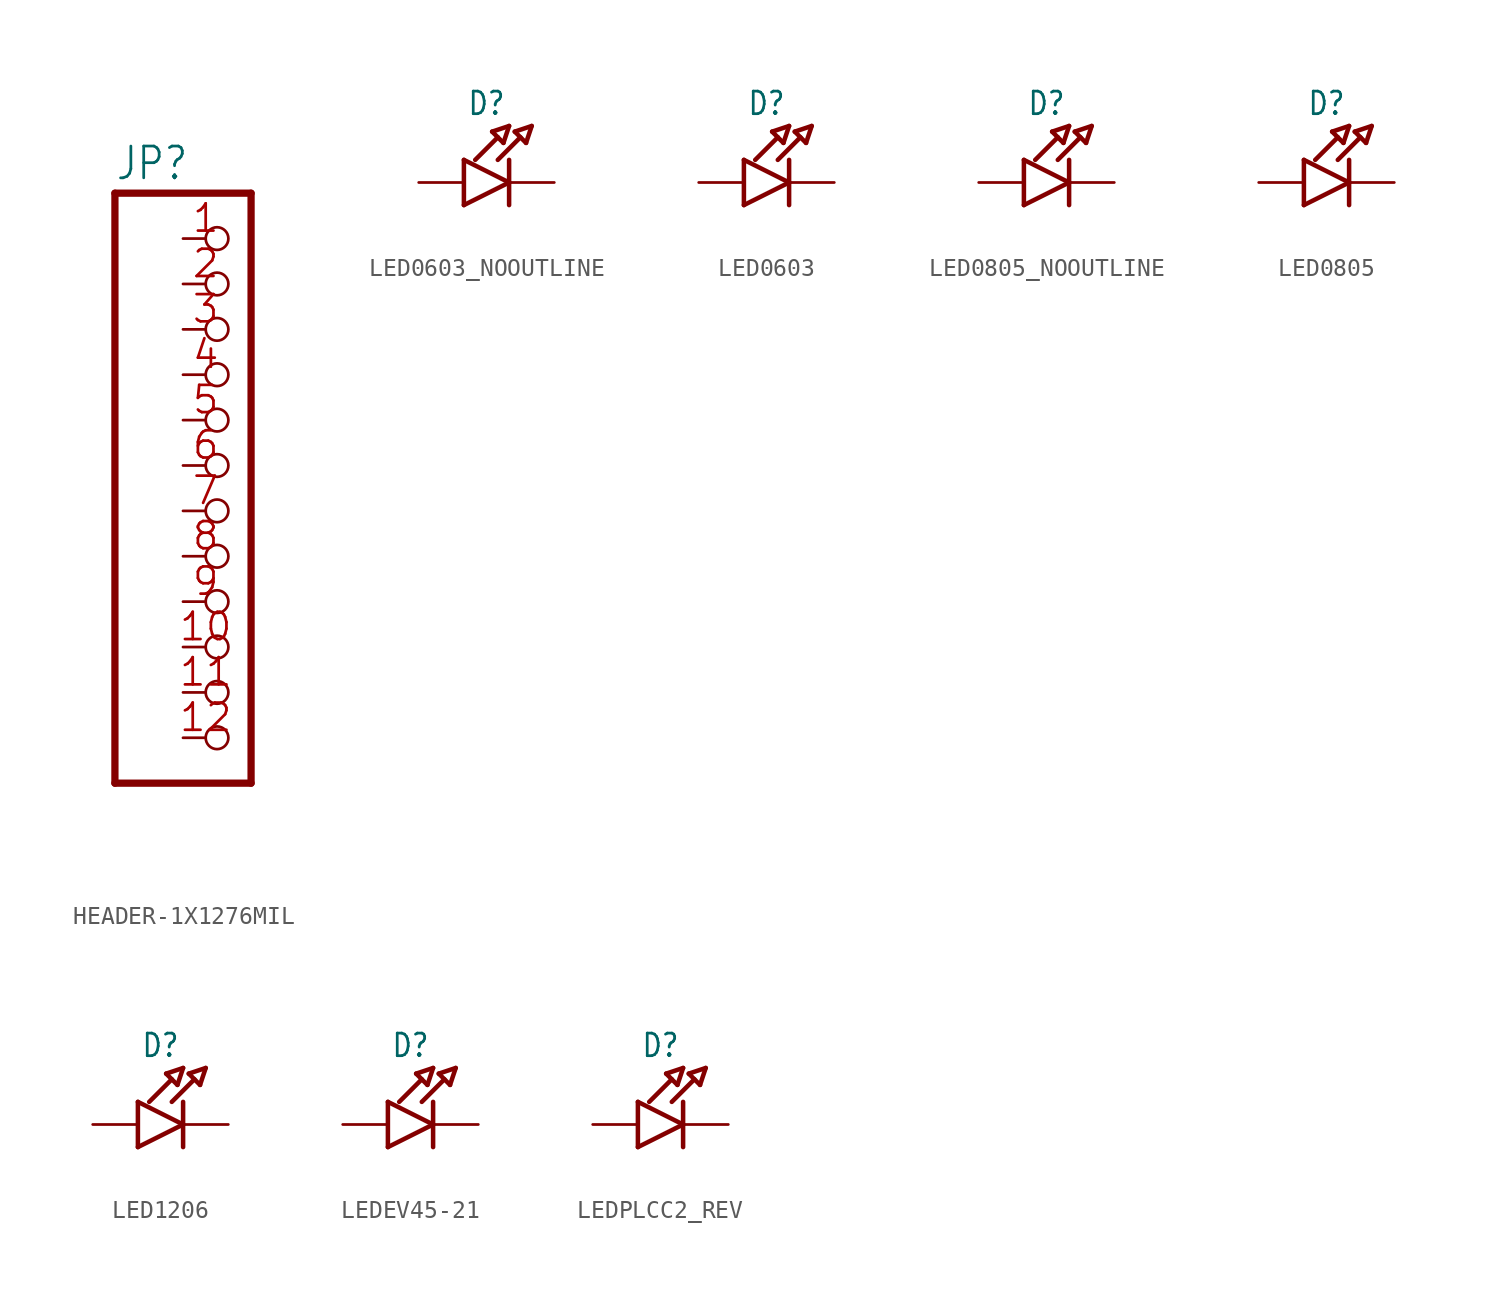
<source format=kicad_sym>
(kicad_symbol_lib
  (version 20241209)
  (generator "kicad_symbol_editor")
  (generator_version "9.0")
  (symbol "HEADER-1X1276MIL"
    (property "Reference" "JP"
      (at -6.35 18.415 0)
      (effects (font (size 1.778 1.511)) (justify left bottom)))
    (property "Value" ""
      (at -6.35 -17.78 0)
      (effects (font (size 1.778 1.511)) (justify left bottom)))
    (property "ki_locked" ""
      (at 0 0 0)
      (effects (font (size 1.27 1.27))))
    (symbol "HEADER-1X1276MIL_1_0"
      (polyline (pts (xy -6.35 17.78) (xy -6.35 -15.24)) (stroke (width 0.406) (type solid)) (fill (type none)))
      (polyline (pts (xy -6.35 -15.24) (xy 1.27 -15.24)) (stroke (width 0.406) (type solid)) (fill (type none)))
      (polyline (pts (xy 1.27 17.78) (xy -6.35 17.78)) (stroke (width 0.406) (type solid)) (fill (type none)))
      (polyline (pts (xy 1.27 -15.24) (xy 1.27 17.78)) (stroke (width 0.406) (type solid)) (fill (type none)))
      (pin passive inverted (at -2.54 15.24 0) (length 2.54) (name "1" (effects (font (size 0 0)))) (number "1" (effects (font (size 1.524 1.524)))))
      (pin passive inverted (at -2.54 12.7 0) (length 2.54) (name "2" (effects (font (size 0 0)))) (number "2" (effects (font (size 1.524 1.524)))))
      (pin passive inverted (at -2.54 10.16 0) (length 2.54) (name "3" (effects (font (size 0 0)))) (number "3" (effects (font (size 1.524 1.524)))))
      (pin passive inverted (at -2.54 7.62 0) (length 2.54) (name "4" (effects (font (size 0 0)))) (number "4" (effects (font (size 1.524 1.524)))))
      (pin passive inverted (at -2.54 5.08 0) (length 2.54) (name "5" (effects (font (size 0 0)))) (number "5" (effects (font (size 1.524 1.524)))))
      (pin passive inverted (at -2.54 2.54 0) (length 2.54) (name "6" (effects (font (size 0 0)))) (number "6" (effects (font (size 1.524 1.524)))))
      (pin passive inverted (at -2.54 0 0) (length 2.54) (name "7" (effects (font (size 0 0)))) (number "7" (effects (font (size 1.524 1.524)))))
      (pin passive inverted (at -2.54 -2.54 0) (length 2.54) (name "8" (effects (font (size 0 0)))) (number "8" (effects (font (size 1.524 1.524)))))
      (pin passive inverted (at -2.54 -5.08 0) (length 2.54) (name "9" (effects (font (size 0 0)))) (number "9" (effects (font (size 1.524 1.524)))))
      (pin passive inverted (at -2.54 -7.62 0) (length 2.54) (name "10" (effects (font (size 0 0)))) (number "10" (effects (font (size 1.524 1.524)))))
      (pin passive inverted (at -2.54 -10.16 0) (length 2.54) (name "11" (effects (font (size 0 0)))) (number "11" (effects (font (size 1.524 1.524)))))
      (pin passive inverted (at -2.54 -12.7 0) (length 2.54) (name "12" (effects (font (size 0 0)))) (number "12" (effects (font (size 1.524 1.524)))))))
  (symbol "LED0603_NOOUTLINE"
    (property "Reference" "D"
      (at -1.27 4.445 0)
      (effects (font (size 1.27 1.079))))
    (property "Value" ""
      (at -1.27 -2.794 0)
      (effects (font (size 1.27 1.079))))
    (property "ki_locked" ""
      (at 0 0 0)
      (effects (font (size 1.27 1.27))))
    (symbol "LED0603_NOOUTLINE_1_0"
      (polyline (pts (xy -2.54 1.27) (xy -2.54 -1.27)) (stroke (width 0.254) (type solid)) (fill (type none)))
      (polyline (pts (xy -2.54 -1.27) (xy 0 0)) (stroke (width 0.254) (type solid)) (fill (type none)))
      (polyline (pts (xy -1.905 1.27) (xy -0.635 2.54)) (stroke (width 0.254) (type solid)) (fill (type none)))
      (polyline (pts (xy -0.953 2.857) (xy -0.318 2.223)) (stroke (width 0.254) (type solid)) (fill (type none)))
      (polyline (pts (xy -0.635 1.27) (xy 0.635 2.54)) (stroke (width 0.254) (type solid)) (fill (type none)))
      (polyline (pts (xy -0.318 2.223) (xy 0 3.175)) (stroke (width 0.254) (type solid)) (fill (type none)))
      (polyline (pts (xy 0 3.175) (xy -0.953 2.857)) (stroke (width 0.254) (type solid)) (fill (type none)))
      (polyline (pts (xy 0 1.27) (xy 0 0)) (stroke (width 0.254) (type solid)) (fill (type none)))
      (polyline (pts (xy 0 0) (xy -2.54 1.27)) (stroke (width 0.254) (type solid)) (fill (type none)))
      (polyline (pts (xy 0 0) (xy 0 -1.27)) (stroke (width 0.254) (type solid)) (fill (type none)))
      (polyline (pts (xy 0.318 2.857) (xy 0.953 2.223)) (stroke (width 0.254) (type solid)) (fill (type none)))
      (polyline (pts (xy 0.953 2.223) (xy 1.27 3.175)) (stroke (width 0.254) (type solid)) (fill (type none)))
      (polyline (pts (xy 1.27 3.175) (xy 0.318 2.857)) (stroke (width 0.254) (type solid)) (fill (type none)))
      (pin passive line (at -5.08 0 0) (length 2.54) (name "A" (effects (font (size 0 0)))) (number "A" (effects (font (size 0 0)))))
      (pin passive line (at 2.54 0 180) (length 2.54) (name "C" (effects (font (size 0 0)))) (number "C" (effects (font (size 0 0)))))))
  (symbol "LED0603"
    (property "Reference" "D"
      (at -1.27 4.445 0)
      (effects (font (size 1.27 1.079))))
    (property "Value" ""
      (at -1.27 -2.794 0)
      (effects (font (size 1.27 1.079))))
    (property "ki_locked" ""
      (at 0 0 0)
      (effects (font (size 1.27 1.27))))
    (symbol "LED0603_1_0"
      (polyline (pts (xy -2.54 1.27) (xy -2.54 -1.27)) (stroke (width 0.254) (type solid)) (fill (type none)))
      (polyline (pts (xy -2.54 -1.27) (xy 0 0)) (stroke (width 0.254) (type solid)) (fill (type none)))
      (polyline (pts (xy -1.905 1.27) (xy -0.635 2.54)) (stroke (width 0.254) (type solid)) (fill (type none)))
      (polyline (pts (xy -0.953 2.857) (xy -0.318 2.223)) (stroke (width 0.254) (type solid)) (fill (type none)))
      (polyline (pts (xy -0.635 1.27) (xy 0.635 2.54)) (stroke (width 0.254) (type solid)) (fill (type none)))
      (polyline (pts (xy -0.318 2.223) (xy 0 3.175)) (stroke (width 0.254) (type solid)) (fill (type none)))
      (polyline (pts (xy 0 3.175) (xy -0.953 2.857)) (stroke (width 0.254) (type solid)) (fill (type none)))
      (polyline (pts (xy 0 1.27) (xy 0 0)) (stroke (width 0.254) (type solid)) (fill (type none)))
      (polyline (pts (xy 0 0) (xy -2.54 1.27)) (stroke (width 0.254) (type solid)) (fill (type none)))
      (polyline (pts (xy 0 0) (xy 0 -1.27)) (stroke (width 0.254) (type solid)) (fill (type none)))
      (polyline (pts (xy 0.318 2.857) (xy 0.953 2.223)) (stroke (width 0.254) (type solid)) (fill (type none)))
      (polyline (pts (xy 0.953 2.223) (xy 1.27 3.175)) (stroke (width 0.254) (type solid)) (fill (type none)))
      (polyline (pts (xy 1.27 3.175) (xy 0.318 2.857)) (stroke (width 0.254) (type solid)) (fill (type none)))
      (pin passive line (at -5.08 0 0) (length 2.54) (name "A" (effects (font (size 0 0)))) (number "A" (effects (font (size 0 0)))))
      (pin passive line (at 2.54 0 180) (length 2.54) (name "C" (effects (font (size 0 0)))) (number "C" (effects (font (size 0 0)))))))
  (symbol "LED0805_NOOUTLINE"
    (property "Reference" "D"
      (at -1.27 4.445 0)
      (effects (font (size 1.27 1.079))))
    (property "Value" ""
      (at -1.27 -2.794 0)
      (effects (font (size 1.27 1.079))))
    (property "ki_locked" ""
      (at 0 0 0)
      (effects (font (size 1.27 1.27))))
    (symbol "LED0805_NOOUTLINE_1_0"
      (polyline (pts (xy -2.54 1.27) (xy -2.54 -1.27)) (stroke (width 0.254) (type solid)) (fill (type none)))
      (polyline (pts (xy -2.54 -1.27) (xy 0 0)) (stroke (width 0.254) (type solid)) (fill (type none)))
      (polyline (pts (xy -1.905 1.27) (xy -0.635 2.54)) (stroke (width 0.254) (type solid)) (fill (type none)))
      (polyline (pts (xy -0.953 2.857) (xy -0.318 2.223)) (stroke (width 0.254) (type solid)) (fill (type none)))
      (polyline (pts (xy -0.635 1.27) (xy 0.635 2.54)) (stroke (width 0.254) (type solid)) (fill (type none)))
      (polyline (pts (xy -0.318 2.223) (xy 0 3.175)) (stroke (width 0.254) (type solid)) (fill (type none)))
      (polyline (pts (xy 0 3.175) (xy -0.953 2.857)) (stroke (width 0.254) (type solid)) (fill (type none)))
      (polyline (pts (xy 0 1.27) (xy 0 0)) (stroke (width 0.254) (type solid)) (fill (type none)))
      (polyline (pts (xy 0 0) (xy -2.54 1.27)) (stroke (width 0.254) (type solid)) (fill (type none)))
      (polyline (pts (xy 0 0) (xy 0 -1.27)) (stroke (width 0.254) (type solid)) (fill (type none)))
      (polyline (pts (xy 0.318 2.857) (xy 0.953 2.223)) (stroke (width 0.254) (type solid)) (fill (type none)))
      (polyline (pts (xy 0.953 2.223) (xy 1.27 3.175)) (stroke (width 0.254) (type solid)) (fill (type none)))
      (polyline (pts (xy 1.27 3.175) (xy 0.318 2.857)) (stroke (width 0.254) (type solid)) (fill (type none)))
      (pin passive line (at -5.08 0 0) (length 2.54) (name "A" (effects (font (size 0 0)))) (number "A" (effects (font (size 0 0)))))
      (pin passive line (at 2.54 0 180) (length 2.54) (name "C" (effects (font (size 0 0)))) (number "C" (effects (font (size 0 0)))))))
  (symbol "LED0805"
    (property "Reference" "D"
      (at -1.27 4.445 0)
      (effects (font (size 1.27 1.079))))
    (property "Value" ""
      (at -1.27 -2.794 0)
      (effects (font (size 1.27 1.079))))
    (property "ki_locked" ""
      (at 0 0 0)
      (effects (font (size 1.27 1.27))))
    (symbol "LED0805_1_0"
      (polyline (pts (xy -2.54 1.27) (xy -2.54 -1.27)) (stroke (width 0.254) (type solid)) (fill (type none)))
      (polyline (pts (xy -2.54 -1.27) (xy 0 0)) (stroke (width 0.254) (type solid)) (fill (type none)))
      (polyline (pts (xy -1.905 1.27) (xy -0.635 2.54)) (stroke (width 0.254) (type solid)) (fill (type none)))
      (polyline (pts (xy -0.953 2.857) (xy -0.318 2.223)) (stroke (width 0.254) (type solid)) (fill (type none)))
      (polyline (pts (xy -0.635 1.27) (xy 0.635 2.54)) (stroke (width 0.254) (type solid)) (fill (type none)))
      (polyline (pts (xy -0.318 2.223) (xy 0 3.175)) (stroke (width 0.254) (type solid)) (fill (type none)))
      (polyline (pts (xy 0 3.175) (xy -0.953 2.857)) (stroke (width 0.254) (type solid)) (fill (type none)))
      (polyline (pts (xy 0 1.27) (xy 0 0)) (stroke (width 0.254) (type solid)) (fill (type none)))
      (polyline (pts (xy 0 0) (xy -2.54 1.27)) (stroke (width 0.254) (type solid)) (fill (type none)))
      (polyline (pts (xy 0 0) (xy 0 -1.27)) (stroke (width 0.254) (type solid)) (fill (type none)))
      (polyline (pts (xy 0.318 2.857) (xy 0.953 2.223)) (stroke (width 0.254) (type solid)) (fill (type none)))
      (polyline (pts (xy 0.953 2.223) (xy 1.27 3.175)) (stroke (width 0.254) (type solid)) (fill (type none)))
      (polyline (pts (xy 1.27 3.175) (xy 0.318 2.857)) (stroke (width 0.254) (type solid)) (fill (type none)))
      (pin passive line (at -5.08 0 0) (length 2.54) (name "A" (effects (font (size 0 0)))) (number "A" (effects (font (size 0 0)))))
      (pin passive line (at 2.54 0 180) (length 2.54) (name "C" (effects (font (size 0 0)))) (number "C" (effects (font (size 0 0)))))))
  (symbol "LED1206"
    (property "Reference" "D"
      (at -1.27 4.445 0)
      (effects (font (size 1.27 1.079))))
    (property "Value" ""
      (at -1.27 -2.794 0)
      (effects (font (size 1.27 1.079))))
    (property "ki_locked" ""
      (at 0 0 0)
      (effects (font (size 1.27 1.27))))
    (symbol "LED1206_1_0"
      (polyline (pts (xy -2.54 1.27) (xy -2.54 -1.27)) (stroke (width 0.254) (type solid)) (fill (type none)))
      (polyline (pts (xy -2.54 -1.27) (xy 0 0)) (stroke (width 0.254) (type solid)) (fill (type none)))
      (polyline (pts (xy -1.905 1.27) (xy -0.635 2.54)) (stroke (width 0.254) (type solid)) (fill (type none)))
      (polyline (pts (xy -0.953 2.857) (xy -0.318 2.223)) (stroke (width 0.254) (type solid)) (fill (type none)))
      (polyline (pts (xy -0.635 1.27) (xy 0.635 2.54)) (stroke (width 0.254) (type solid)) (fill (type none)))
      (polyline (pts (xy -0.318 2.223) (xy 0 3.175)) (stroke (width 0.254) (type solid)) (fill (type none)))
      (polyline (pts (xy 0 3.175) (xy -0.953 2.857)) (stroke (width 0.254) (type solid)) (fill (type none)))
      (polyline (pts (xy 0 1.27) (xy 0 0)) (stroke (width 0.254) (type solid)) (fill (type none)))
      (polyline (pts (xy 0 0) (xy -2.54 1.27)) (stroke (width 0.254) (type solid)) (fill (type none)))
      (polyline (pts (xy 0 0) (xy 0 -1.27)) (stroke (width 0.254) (type solid)) (fill (type none)))
      (polyline (pts (xy 0.318 2.857) (xy 0.953 2.223)) (stroke (width 0.254) (type solid)) (fill (type none)))
      (polyline (pts (xy 0.953 2.223) (xy 1.27 3.175)) (stroke (width 0.254) (type solid)) (fill (type none)))
      (polyline (pts (xy 1.27 3.175) (xy 0.318 2.857)) (stroke (width 0.254) (type solid)) (fill (type none)))
      (pin passive line (at -5.08 0 0) (length 2.54) (name "A" (effects (font (size 0 0)))) (number "A" (effects (font (size 0 0)))))
      (pin passive line (at 2.54 0 180) (length 2.54) (name "C" (effects (font (size 0 0)))) (number "C" (effects (font (size 0 0)))))))
  (symbol "LEDEV45-21"
    (property "Reference" "D"
      (at -1.27 4.445 0)
      (effects (font (size 1.27 1.079))))
    (property "Value" ""
      (at -1.27 -2.794 0)
      (effects (font (size 1.27 1.079))))
    (property "ki_locked" ""
      (at 0 0 0)
      (effects (font (size 1.27 1.27))))
    (symbol "LEDEV45-21_1_0"
      (polyline (pts (xy -2.54 1.27) (xy -2.54 -1.27)) (stroke (width 0.254) (type solid)) (fill (type none)))
      (polyline (pts (xy -2.54 -1.27) (xy 0 0)) (stroke (width 0.254) (type solid)) (fill (type none)))
      (polyline (pts (xy -1.905 1.27) (xy -0.635 2.54)) (stroke (width 0.254) (type solid)) (fill (type none)))
      (polyline (pts (xy -0.953 2.857) (xy -0.318 2.223)) (stroke (width 0.254) (type solid)) (fill (type none)))
      (polyline (pts (xy -0.635 1.27) (xy 0.635 2.54)) (stroke (width 0.254) (type solid)) (fill (type none)))
      (polyline (pts (xy -0.318 2.223) (xy 0 3.175)) (stroke (width 0.254) (type solid)) (fill (type none)))
      (polyline (pts (xy 0 3.175) (xy -0.953 2.857)) (stroke (width 0.254) (type solid)) (fill (type none)))
      (polyline (pts (xy 0 1.27) (xy 0 0)) (stroke (width 0.254) (type solid)) (fill (type none)))
      (polyline (pts (xy 0 0) (xy -2.54 1.27)) (stroke (width 0.254) (type solid)) (fill (type none)))
      (polyline (pts (xy 0 0) (xy 0 -1.27)) (stroke (width 0.254) (type solid)) (fill (type none)))
      (polyline (pts (xy 0.318 2.857) (xy 0.953 2.223)) (stroke (width 0.254) (type solid)) (fill (type none)))
      (polyline (pts (xy 0.953 2.223) (xy 1.27 3.175)) (stroke (width 0.254) (type solid)) (fill (type none)))
      (polyline (pts (xy 1.27 3.175) (xy 0.318 2.857)) (stroke (width 0.254) (type solid)) (fill (type none)))
      (pin passive line (at -5.08 0 0) (length 2.54) (name "A" (effects (font (size 0 0)))) (number "A" (effects (font (size 0 0)))))
      (pin passive line (at 2.54 0 180) (length 2.54) (name "C" (effects (font (size 0 0)))) (number "K" (effects (font (size 0 0)))))))
  (symbol "LEDPLCC2_REV"
    (property "Reference" "D"
      (at -1.27 4.445 0)
      (effects (font (size 1.27 1.079))))
    (property "Value" ""
      (at -1.27 -2.794 0)
      (effects (font (size 1.27 1.079))))
    (property "ki_locked" ""
      (at 0 0 0)
      (effects (font (size 1.27 1.27))))
    (symbol "LEDPLCC2_REV_1_0"
      (polyline (pts (xy -2.54 1.27) (xy -2.54 -1.27)) (stroke (width 0.254) (type solid)) (fill (type none)))
      (polyline (pts (xy -2.54 -1.27) (xy 0 0)) (stroke (width 0.254) (type solid)) (fill (type none)))
      (polyline (pts (xy -1.905 1.27) (xy -0.635 2.54)) (stroke (width 0.254) (type solid)) (fill (type none)))
      (polyline (pts (xy -0.953 2.857) (xy -0.318 2.223)) (stroke (width 0.254) (type solid)) (fill (type none)))
      (polyline (pts (xy -0.635 1.27) (xy 0.635 2.54)) (stroke (width 0.254) (type solid)) (fill (type none)))
      (polyline (pts (xy -0.318 2.223) (xy 0 3.175)) (stroke (width 0.254) (type solid)) (fill (type none)))
      (polyline (pts (xy 0 3.175) (xy -0.953 2.857)) (stroke (width 0.254) (type solid)) (fill (type none)))
      (polyline (pts (xy 0 1.27) (xy 0 0)) (stroke (width 0.254) (type solid)) (fill (type none)))
      (polyline (pts (xy 0 0) (xy -2.54 1.27)) (stroke (width 0.254) (type solid)) (fill (type none)))
      (polyline (pts (xy 0 0) (xy 0 -1.27)) (stroke (width 0.254) (type solid)) (fill (type none)))
      (polyline (pts (xy 0.318 2.857) (xy 0.953 2.223)) (stroke (width 0.254) (type solid)) (fill (type none)))
      (polyline (pts (xy 0.953 2.223) (xy 1.27 3.175)) (stroke (width 0.254) (type solid)) (fill (type none)))
      (polyline (pts (xy 1.27 3.175) (xy 0.318 2.857)) (stroke (width 0.254) (type solid)) (fill (type none)))
      (pin passive line (at -5.08 0 0) (length 2.54) (name "A" (effects (font (size 0 0)))) (number "A" (effects (font (size 0 0)))))
      (pin passive line (at 2.54 0 180) (length 2.54) (name "C" (effects (font (size 0 0)))) (number "K" (effects (font (size 0 0))))))))
</source>
